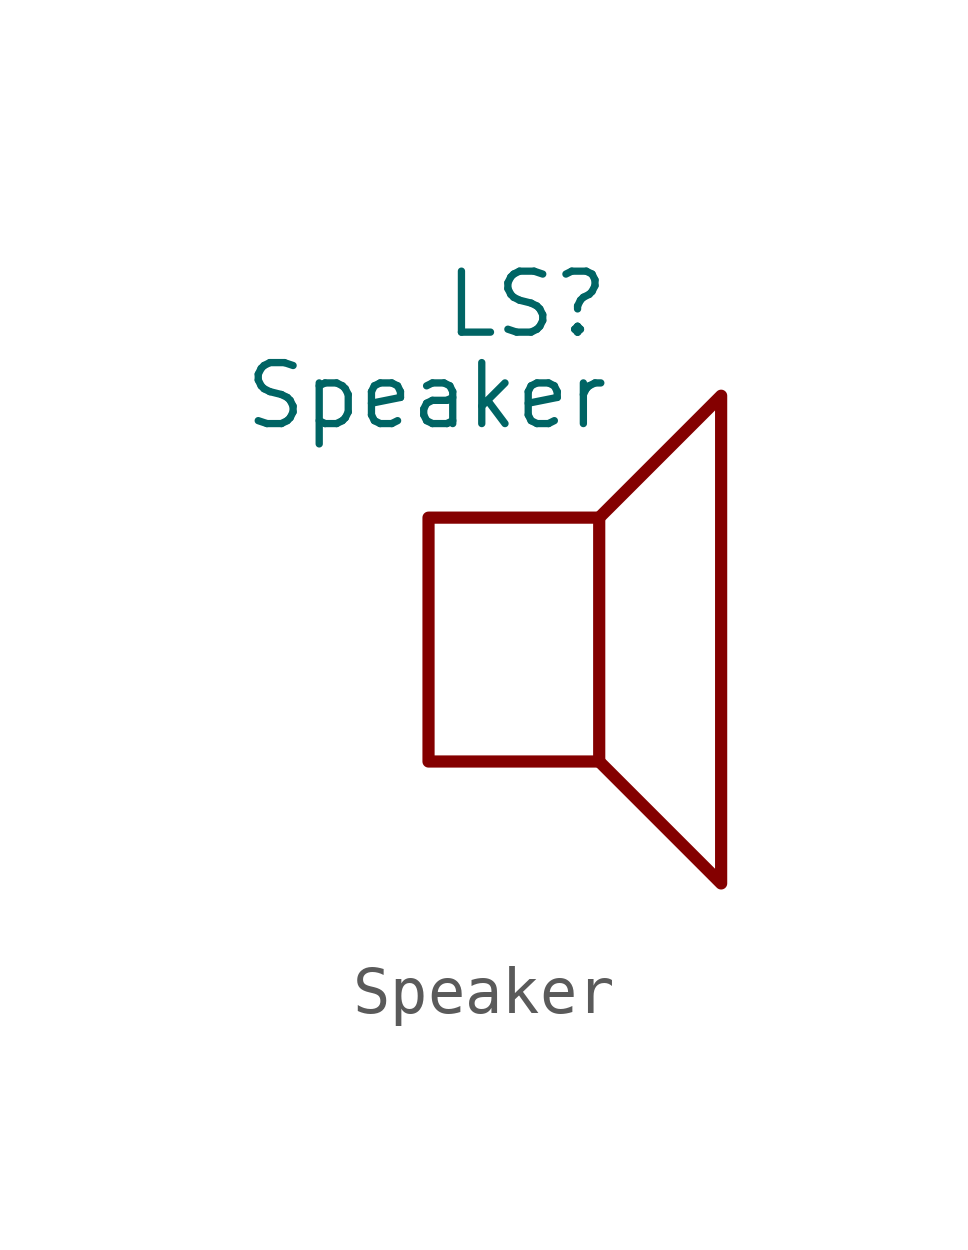
<source format=kicad_sym>
(kicad_symbol_lib
  (version 20241209)
  (generator "kicad_symbol_editor")
  (generator_version "9.0")
  (symbol "Speaker"
    (pin_names
      (offset 0)
      (hide yes))
    (property "Reference" "LS"
      (at 1.27 5.715 0)
      (effects (font (size 1.27 1.27)) (justify right)))
    (property "Value" "Speaker"
      (at 1.27 3.81 0)
      (effects (font (size 1.27 1.27)) (justify right)))
    (symbol "Speaker_0_0"
      (rectangle (start -2.54 1.27) (end 1.016 -3.81) (stroke (width 0.254) (type default)) (fill (type none)))
      (polyline (pts (xy 1.016 1.27) (xy 3.556 3.81) (xy 3.556 -6.35) (xy 1.016 -3.81)) (stroke (width 0.254) (type default)) (fill (type none))))))
</source>
